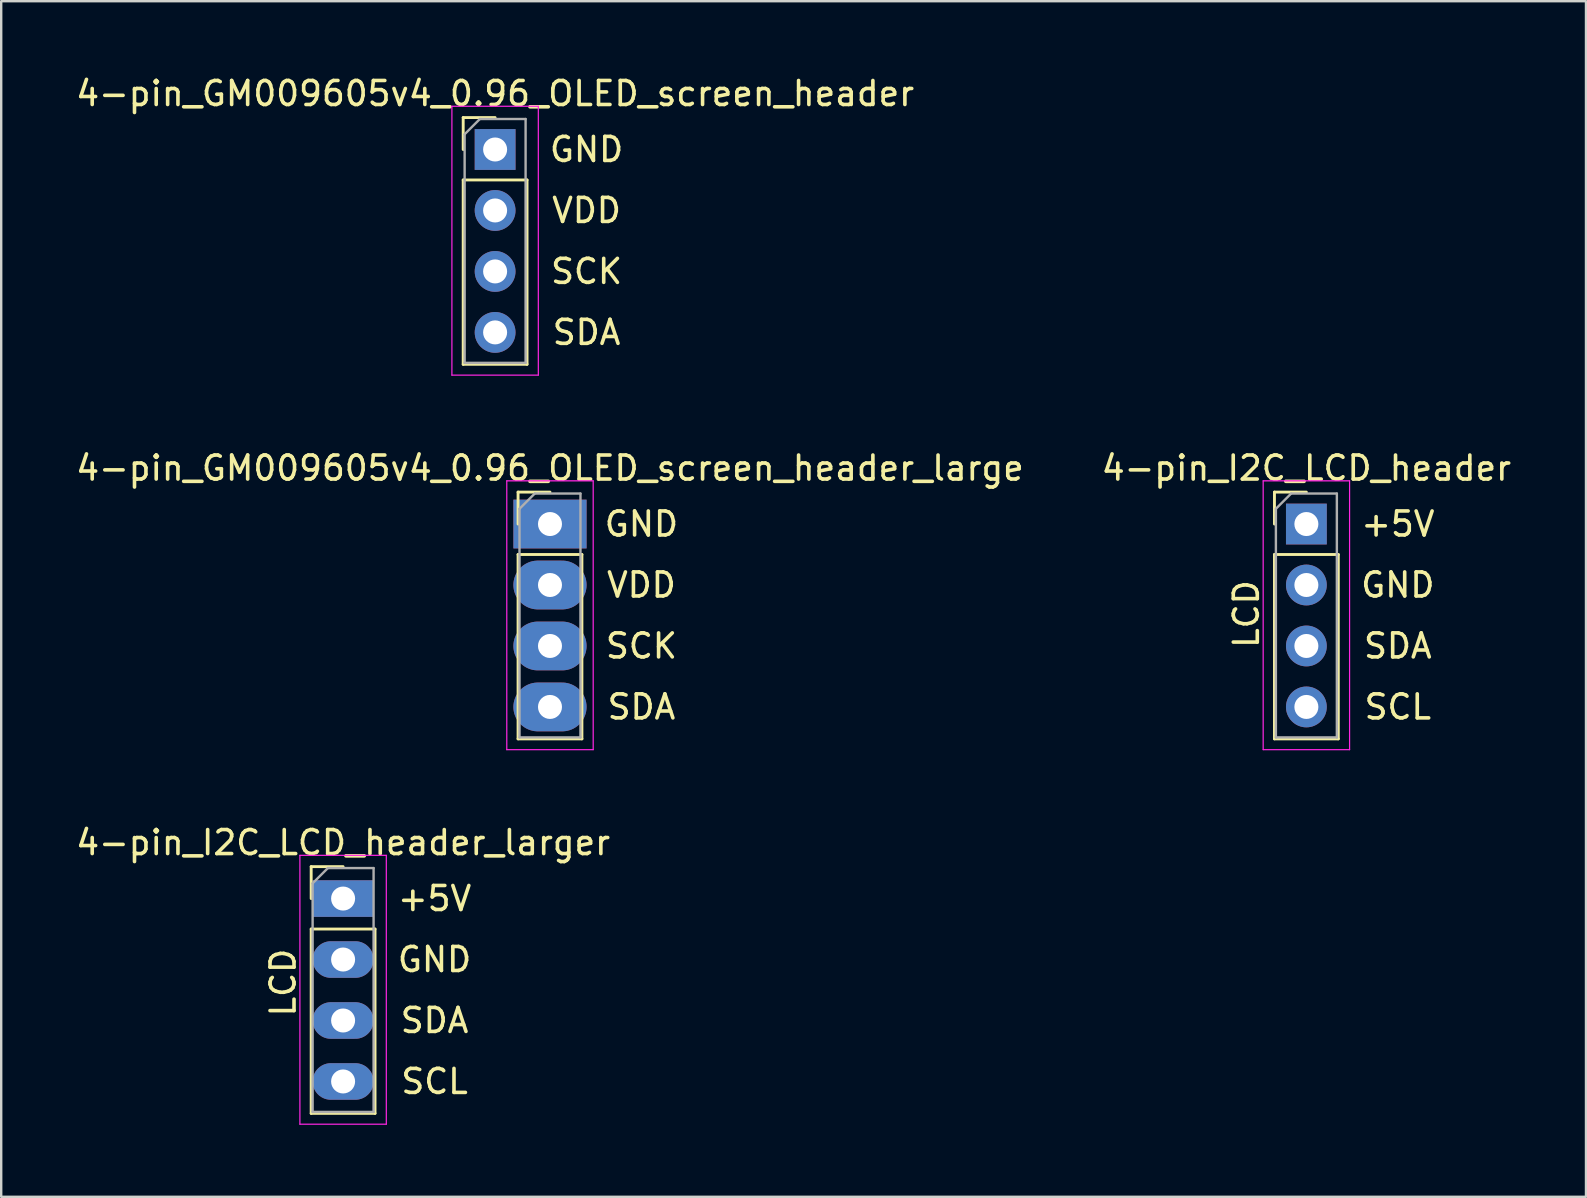
<source format=kicad_pcb>
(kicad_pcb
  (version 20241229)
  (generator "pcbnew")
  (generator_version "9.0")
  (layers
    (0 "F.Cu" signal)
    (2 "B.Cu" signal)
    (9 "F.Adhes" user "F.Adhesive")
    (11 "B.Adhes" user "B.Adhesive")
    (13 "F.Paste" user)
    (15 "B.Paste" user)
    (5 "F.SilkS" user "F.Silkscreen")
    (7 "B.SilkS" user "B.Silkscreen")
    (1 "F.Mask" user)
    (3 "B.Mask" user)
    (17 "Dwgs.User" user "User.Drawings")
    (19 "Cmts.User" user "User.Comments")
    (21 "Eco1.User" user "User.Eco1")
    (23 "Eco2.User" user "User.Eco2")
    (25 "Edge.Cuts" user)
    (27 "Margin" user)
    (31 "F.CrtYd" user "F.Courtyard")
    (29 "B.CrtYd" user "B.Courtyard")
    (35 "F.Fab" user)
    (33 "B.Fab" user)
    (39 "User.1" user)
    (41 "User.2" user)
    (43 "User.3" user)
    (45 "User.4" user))
  (footprint "4-pin_I2C_LCD_header_larger"
    (layer "F.Cu")
    (at 11.244 34.385)
    (property "Reference" "4-pin_I2C_LCD_header_larger" (at 0 -2.33 0) (layer "F.SilkS") (effects (font (size 1 1) (thickness 0.15))))
    (attr through_hole)
    (fp_line (start -1.33 -1.33) (end 0 -1.33) (stroke (width 0.12) (type solid)) (layer "F.SilkS"))
    (fp_line (start -1.33 0) (end -1.33 -1.33) (stroke (width 0.12) (type solid)) (layer "F.SilkS"))
    (fp_line (start -1.33 1.27) (end -1.33 8.95) (stroke (width 0.12) (type solid)) (layer "F.SilkS"))
    (fp_line (start -1.33 1.27) (end 1.33 1.27) (stroke (width 0.12) (type solid)) (layer "F.SilkS"))
    (fp_line (start -1.33 8.95) (end 1.33 8.95) (stroke (width 0.12) (type solid)) (layer "F.SilkS"))
    (fp_line (start 1.33 1.27) (end 1.33 8.95) (stroke (width 0.12) (type solid)) (layer "F.SilkS"))
    (fp_line (start -1.8 -1.8) (end -1.8 9.4) (stroke (width 0.05) (type solid)) (layer "F.CrtYd"))
    (fp_line (start -1.8 9.4) (end 1.8 9.4) (stroke (width 0.05) (type solid)) (layer "F.CrtYd"))
    (fp_line (start 1.8 -1.8) (end -1.8 -1.8) (stroke (width 0.05) (type solid)) (layer "F.CrtYd"))
    (fp_line (start 1.8 9.4) (end 1.8 -1.8) (stroke (width 0.05) (type solid)) (layer "F.CrtYd"))
    (fp_line (start -1.27 -0.635) (end -0.635 -1.27) (stroke (width 0.1) (type solid)) (layer "F.Fab"))
    (fp_line (start -1.27 8.89) (end -1.27 -0.635) (stroke (width 0.1) (type solid)) (layer "F.Fab"))
    (fp_line (start -0.635 -1.27) (end 1.27 -1.27) (stroke (width 0.1) (type solid)) (layer "F.Fab"))
    (fp_line (start 1.27 -1.27) (end 1.27 8.89) (stroke (width 0.1) (type solid)) (layer "F.Fab"))
    (fp_line (start 1.27 8.89) (end -1.27 8.89) (stroke (width 0.1) (type solid)) (layer "F.Fab"))
    (fp_text user "SDA" (at 3.81 5.08 0) (layer "F.SilkS") (effects (font (size 1 1) (thickness 0.15))))
    (fp_text user "LCD" (at -2.5 3.5 90) (layer "F.SilkS") (effects (font (size 1 1) (thickness 0.15))))
    (fp_text user "GND" (at 3.81 2.54 0) (layer "F.SilkS") (effects (font (size 1 1) (thickness 0.15))))
    (fp_text user "+5V" (at 3.81 0 0) (layer "F.SilkS") (effects (font (size 1 1) (thickness 0.15))))
    (fp_text user "SCL" (at 3.81 7.62 0) (layer "F.SilkS") (effects (font (size 1 1) (thickness 0.15))))
    (pad "1" thru_hole rect (at 0 0) (size 2.54 1.524) (drill 1) (layers "*.Cu" "*.Mask"))
    (pad "3" thru_hole oval (at 0 2.54) (size 2.54 1.524) (drill 1) (layers "*.Cu" "*.Mask"))
    (pad "5" thru_hole oval (at 0 5.08) (size 2.54 1.524) (drill 1) (layers "*.Cu" "*.Mask"))
    (pad "7" thru_hole oval (at 0 7.62) (size 2.54 1.524) (drill 1) (layers "*.Cu" "*.Mask")))
  (footprint "4-pin_I2C_LCD_header"
    (layer "F.Cu")
    (at 51.375 18.782)
    (property "Reference" "4-pin_I2C_LCD_header" (at 0 -2.33 0) (layer "F.SilkS") (effects (font (size 1 1) (thickness 0.15))))
    (attr through_hole)
    (fp_line (start -1.33 -1.33) (end 0 -1.33) (stroke (width 0.12) (type solid)) (layer "F.SilkS"))
    (fp_line (start -1.33 0) (end -1.33 -1.33) (stroke (width 0.12) (type solid)) (layer "F.SilkS"))
    (fp_line (start -1.33 1.27) (end -1.33 8.95) (stroke (width 0.12) (type solid)) (layer "F.SilkS"))
    (fp_line (start -1.33 1.27) (end 1.33 1.27) (stroke (width 0.12) (type solid)) (layer "F.SilkS"))
    (fp_line (start -1.33 8.95) (end 1.33 8.95) (stroke (width 0.12) (type solid)) (layer "F.SilkS"))
    (fp_line (start 1.33 1.27) (end 1.33 8.95) (stroke (width 0.12) (type solid)) (layer "F.SilkS"))
    (fp_line (start -1.8 -1.8) (end -1.8 9.4) (stroke (width 0.05) (type solid)) (layer "F.CrtYd"))
    (fp_line (start -1.8 9.4) (end 1.8 9.4) (stroke (width 0.05) (type solid)) (layer "F.CrtYd"))
    (fp_line (start 1.8 -1.8) (end -1.8 -1.8) (stroke (width 0.05) (type solid)) (layer "F.CrtYd"))
    (fp_line (start 1.8 9.4) (end 1.8 -1.8) (stroke (width 0.05) (type solid)) (layer "F.CrtYd"))
    (fp_line (start -1.27 -0.635) (end -0.635 -1.27) (stroke (width 0.1) (type solid)) (layer "F.Fab"))
    (fp_line (start -1.27 8.89) (end -1.27 -0.635) (stroke (width 0.1) (type solid)) (layer "F.Fab"))
    (fp_line (start -0.635 -1.27) (end 1.27 -1.27) (stroke (width 0.1) (type solid)) (layer "F.Fab"))
    (fp_line (start 1.27 -1.27) (end 1.27 8.89) (stroke (width 0.1) (type solid)) (layer "F.Fab"))
    (fp_line (start 1.27 8.89) (end -1.27 8.89) (stroke (width 0.1) (type solid)) (layer "F.Fab"))
    (fp_text user "GND" (at 3.81 2.54 0) (layer "F.SilkS") (effects (font (size 1 1) (thickness 0.15))))
    (fp_text user "+5V" (at 3.81 0 0) (layer "F.SilkS") (effects (font (size 1 1) (thickness 0.15))))
    (fp_text user "SCL" (at 3.81 7.62 0) (layer "F.SilkS") (effects (font (size 1 1) (thickness 0.15))))
    (fp_text user "LCD" (at -2.5 3.75 90) (layer "F.SilkS") (effects (font (size 1 1) (thickness 0.15))))
    (fp_text user "SDA" (at 3.81 5.08 0) (layer "F.SilkS") (effects (font (size 1 1) (thickness 0.15))))
    (pad "1" thru_hole rect (at 0 0) (size 1.7 1.7) (drill 1) (layers "*.Cu" "*.Mask"))
    (pad "3" thru_hole oval (at 0 2.54) (size 1.7 1.7) (drill 1) (layers "*.Cu" "*.Mask"))
    (pad "5" thru_hole oval (at 0 5.08) (size 1.7 1.7) (drill 1) (layers "*.Cu" "*.Mask"))
    (pad "7" thru_hole oval (at 0 7.62) (size 1.7 1.7) (drill 1) (layers "*.Cu" "*.Mask")))
  (footprint "4-pin_GM009605v4_0.96_OLED_screen_header"
    (layer "F.Cu")
    (at 17.577 3.178)
    (property "Reference" "4-pin_GM009605v4_0.96_OLED_screen_header" (at 0 -2.33 0) (layer "F.SilkS") (effects (font (size 1 1) (thickness 0.15))))
    (attr through_hole)
    (fp_line (start -1.33 -1.33) (end 0 -1.33) (stroke (width 0.12) (type solid)) (layer "F.SilkS"))
    (fp_line (start -1.33 0) (end -1.33 -1.33) (stroke (width 0.12) (type solid)) (layer "F.SilkS"))
    (fp_line (start -1.33 1.27) (end -1.33 8.95) (stroke (width 0.12) (type solid)) (layer "F.SilkS"))
    (fp_line (start -1.33 1.27) (end 1.33 1.27) (stroke (width 0.12) (type solid)) (layer "F.SilkS"))
    (fp_line (start -1.33 8.95) (end 1.33 8.95) (stroke (width 0.12) (type solid)) (layer "F.SilkS"))
    (fp_line (start 1.33 1.27) (end 1.33 8.95) (stroke (width 0.12) (type solid)) (layer "F.SilkS"))
    (fp_line (start -1.8 -1.8) (end -1.8 9.4) (stroke (width 0.05) (type solid)) (layer "F.CrtYd"))
    (fp_line (start -1.8 9.4) (end 1.8 9.4) (stroke (width 0.05) (type solid)) (layer "F.CrtYd"))
    (fp_line (start 1.8 -1.8) (end -1.8 -1.8) (stroke (width 0.05) (type solid)) (layer "F.CrtYd"))
    (fp_line (start 1.8 9.4) (end 1.8 -1.8) (stroke (width 0.05) (type solid)) (layer "F.CrtYd"))
    (fp_line (start -1.27 -0.635) (end -0.635 -1.27) (stroke (width 0.1) (type solid)) (layer "F.Fab"))
    (fp_line (start -1.27 8.89) (end -1.27 -0.635) (stroke (width 0.1) (type solid)) (layer "F.Fab"))
    (fp_line (start -0.635 -1.27) (end 1.27 -1.27) (stroke (width 0.1) (type solid)) (layer "F.Fab"))
    (fp_line (start 1.27 -1.27) (end 1.27 8.89) (stroke (width 0.1) (type solid)) (layer "F.Fab"))
    (fp_line (start 1.27 8.89) (end -1.27 8.89) (stroke (width 0.1) (type solid)) (layer "F.Fab"))
    (fp_text user "SCK" (at 3.81 5.08 0) (layer "F.SilkS") (effects (font (size 1 1) (thickness 0.15))))
    (fp_text user "SDA" (at 3.81 7.62 0) (layer "F.SilkS") (effects (font (size 1 1) (thickness 0.15))))
    (fp_text user "VDD" (at 3.81 2.54 0) (layer "F.SilkS") (effects (font (size 1 1) (thickness 0.15))))
    (fp_text user "GND" (at 3.81 0 0) (layer "F.SilkS") (effects (font (size 1 1) (thickness 0.15))))
    (pad "1" thru_hole rect (at 0 0) (size 1.7 1.7) (drill 1) (layers "*.Cu" "*.Mask"))
    (pad "2" thru_hole oval (at 0 2.54) (size 1.7 1.7) (drill 1) (layers "*.Cu" "*.Mask"))
    (pad "3" thru_hole oval (at 0 5.08) (size 1.7 1.7) (drill 1) (layers "*.Cu" "*.Mask"))
    (pad "4" thru_hole oval (at 0 7.62) (size 1.7 1.7) (drill 1) (layers "*.Cu" "*.Mask")))
  (footprint "4-pin_GM009605v4_0.96_OLED_screen_header_large"
    (layer "F.Cu")
    (at 19.863 18.782)
    (property "Reference" "4-pin_GM009605v4_0.96_OLED_screen_header_large" (at 0 -2.33 0) (layer "F.SilkS") (effects (font (size 1 1) (thickness 0.15))))
    (attr through_hole)
    (fp_line (start -1.33 -1.33) (end 0 -1.33) (stroke (width 0.12) (type solid)) (layer "F.SilkS"))
    (fp_line (start -1.33 0) (end -1.33 -1.33) (stroke (width 0.12) (type solid)) (layer "F.SilkS"))
    (fp_line (start -1.33 1.27) (end -1.33 8.95) (stroke (width 0.12) (type solid)) (layer "F.SilkS"))
    (fp_line (start -1.33 1.27) (end 1.33 1.27) (stroke (width 0.12) (type solid)) (layer "F.SilkS"))
    (fp_line (start -1.33 8.95) (end 1.33 8.95) (stroke (width 0.12) (type solid)) (layer "F.SilkS"))
    (fp_line (start 1.33 1.27) (end 1.33 8.95) (stroke (width 0.12) (type solid)) (layer "F.SilkS"))
    (fp_line (start -1.8 -1.8) (end -1.8 9.4) (stroke (width 0.05) (type solid)) (layer "F.CrtYd"))
    (fp_line (start -1.8 9.4) (end 1.8 9.4) (stroke (width 0.05) (type solid)) (layer "F.CrtYd"))
    (fp_line (start 1.8 -1.8) (end -1.8 -1.8) (stroke (width 0.05) (type solid)) (layer "F.CrtYd"))
    (fp_line (start 1.8 9.4) (end 1.8 -1.8) (stroke (width 0.05) (type solid)) (layer "F.CrtYd"))
    (fp_line (start -1.27 -0.635) (end -0.635 -1.27) (stroke (width 0.1) (type solid)) (layer "F.Fab"))
    (fp_line (start -1.27 8.89) (end -1.27 -0.635) (stroke (width 0.1) (type solid)) (layer "F.Fab"))
    (fp_line (start -0.635 -1.27) (end 1.27 -1.27) (stroke (width 0.1) (type solid)) (layer "F.Fab"))
    (fp_line (start 1.27 -1.27) (end 1.27 8.89) (stroke (width 0.1) (type solid)) (layer "F.Fab"))
    (fp_line (start 1.27 8.89) (end -1.27 8.89) (stroke (width 0.1) (type solid)) (layer "F.Fab"))
    (fp_text user "VDD" (at 3.81 2.54 0) (layer "F.SilkS") (effects (font (size 1 1) (thickness 0.15))))
    (fp_text user "SCK" (at 3.81 5.08 0) (layer "F.SilkS") (effects (font (size 1 1) (thickness 0.15))))
    (fp_text user "SDA" (at 3.81 7.62 0) (layer "F.SilkS") (effects (font (size 1 1) (thickness 0.15))))
    (fp_text user "GND" (at 3.81 0 0) (layer "F.SilkS") (effects (font (size 1 1) (thickness 0.15))))
    (pad "1" thru_hole rect (at 0 0) (size 3.048 2.032) (drill 1) (layers "*.Cu" "*.Mask"))
    (pad "2" thru_hole oval (at 0 2.54) (size 3.048 2.032) (drill 1) (layers "*.Cu" "*.Mask"))
    (pad "3" thru_hole oval (at 0 5.08) (size 3.048 2.032) (drill 1) (layers "*.Cu" "*.Mask"))
    (pad "4" thru_hole oval (at 0 7.62) (size 3.048 2.032) (drill 1) (layers "*.Cu" "*.Mask")))
  (gr_rect
    (start -3 -3)
    (end 63.024 46.81)
    (stroke (width 0.1) (type default))
    (fill no)
    (layer "Edge.Cuts")))
</source>
